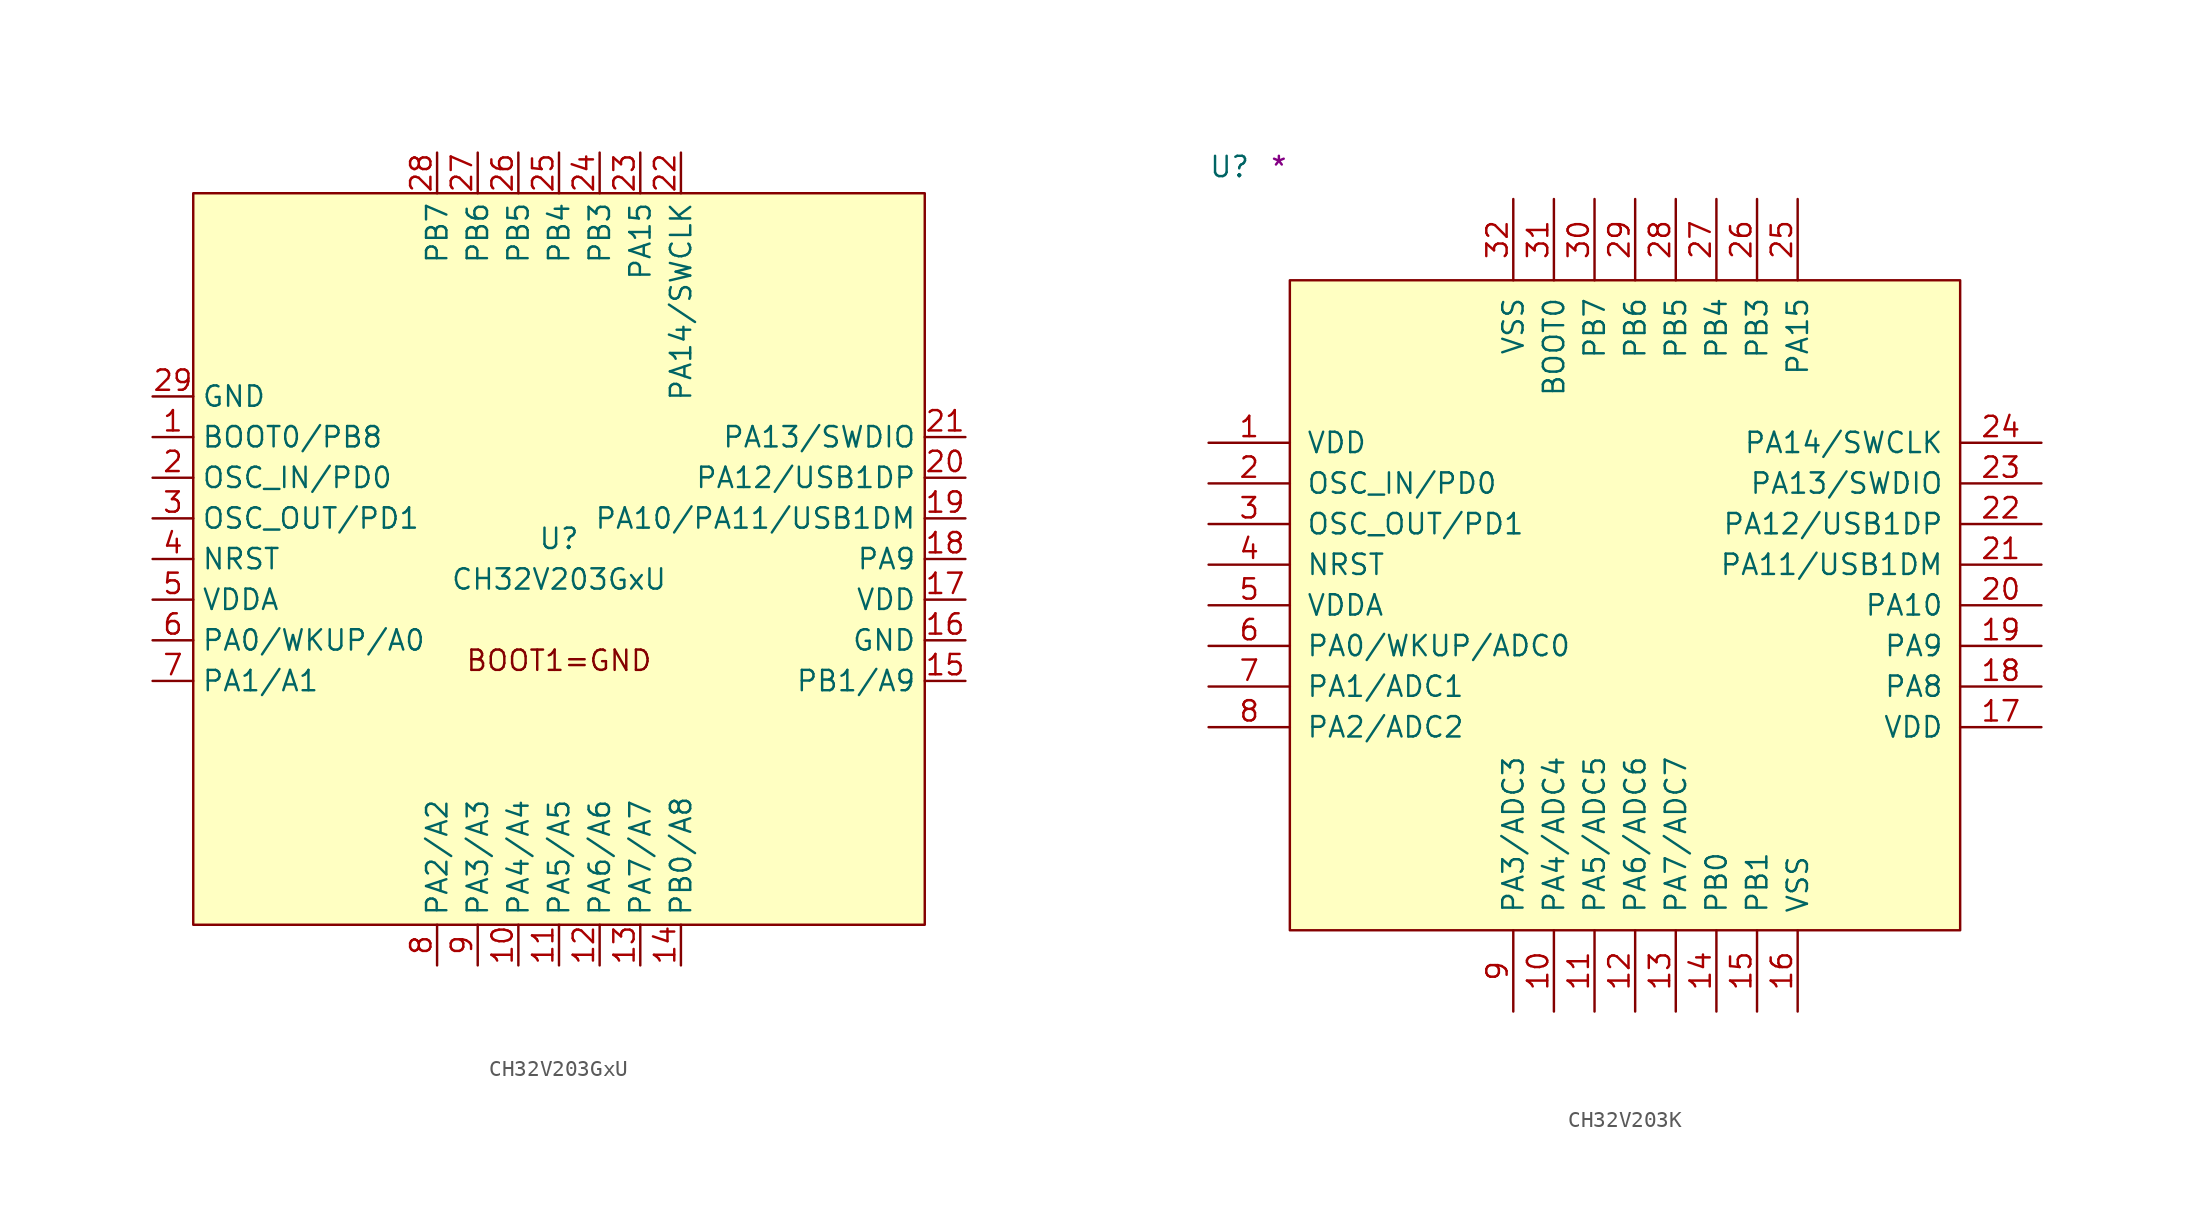
<source format=kicad_sym>
(kicad_symbol_lib
  (version 20211014)
  (generator kicad_symbol_editor)
  (symbol "CH32V203GxU"
    (property "Reference" "U"
      (at 0 1.27 0)
      (effects (font (size 1.27 1.27))))
    (property "Value" "CH32V203GxU"
      (at 0 -1.27 0)
      (effects (font (size 1.27 1.27))))
    (symbol "CH32V203GxU_0_0"
      (text "BOOT1=GND" (at 0 -6.35 0) (effects (font (size 1.27 1.27)))))
    (symbol "CH32V203GxU_0_1"
      (rectangle (start -22.86 22.86) (end 22.86 -22.86) (stroke (width 0) (type default) (color 0 0 0 0)) (fill (type background))))
    (symbol "CH32V203GxU_1_1"
      (pin bidirectional line (at -25.4 7.62 0) (length 2.54) (name "BOOT0/PB8" (effects (font (size 1.27 1.27)))) (number "1" (effects (font (size 1.27 1.27)))))
      (pin bidirectional line (at -2.54 -25.4 90) (length 2.54) (name "PA4/A4" (effects (font (size 1.27 1.27)))) (number "10" (effects (font (size 1.27 1.27)))))
      (pin bidirectional line (at 0 -25.4 90) (length 2.54) (name "PA5/A5" (effects (font (size 1.27 1.27)))) (number "11" (effects (font (size 1.27 1.27)))))
      (pin bidirectional line (at 2.54 -25.4 90) (length 2.54) (name "PA6/A6" (effects (font (size 1.27 1.27)))) (number "12" (effects (font (size 1.27 1.27)))))
      (pin bidirectional line (at 5.08 -25.4 90) (length 2.54) (name "PA7/A7" (effects (font (size 1.27 1.27)))) (number "13" (effects (font (size 1.27 1.27)))))
      (pin bidirectional line (at 7.62 -25.4 90) (length 2.54) (name "PB0/A8" (effects (font (size 1.27 1.27)))) (number "14" (effects (font (size 1.27 1.27)))))
      (pin bidirectional line (at 25.4 -7.62 180) (length 2.54) (name "PB1/A9" (effects (font (size 1.27 1.27)))) (number "15" (effects (font (size 1.27 1.27)))))
      (pin power_in line (at 25.4 -5.08 180) (length 2.54) (name "GND" (effects (font (size 1.27 1.27)))) (number "16" (effects (font (size 1.27 1.27)))))
      (pin power_in line (at 25.4 -2.54 180) (length 2.54) (name "VDD" (effects (font (size 1.27 1.27)))) (number "17" (effects (font (size 1.27 1.27)))))
      (pin bidirectional line (at 25.4 0 180) (length 2.54) (name "PA9" (effects (font (size 1.27 1.27)))) (number "18" (effects (font (size 1.27 1.27)))))
      (pin bidirectional line (at 25.4 2.54 180) (length 2.54) (name "PA10/PA11/USB1DM" (effects (font (size 1.27 1.27)))) (number "19" (effects (font (size 1.27 1.27)))))
      (pin bidirectional line (at -25.4 5.08 0) (length 2.54) (name "OSC_IN/PD0" (effects (font (size 1.27 1.27)))) (number "2" (effects (font (size 1.27 1.27)))))
      (pin bidirectional line (at 25.4 5.08 180) (length 2.54) (name "PA12/USB1DP" (effects (font (size 1.27 1.27)))) (number "20" (effects (font (size 1.27 1.27)))))
      (pin bidirectional line (at 25.4 7.62 180) (length 2.54) (name "PA13/SWDIO" (effects (font (size 1.27 1.27)))) (number "21" (effects (font (size 1.27 1.27)))))
      (pin bidirectional line (at 7.62 25.4 270) (length 2.54) (name "PA14/SWCLK" (effects (font (size 1.27 1.27)))) (number "22" (effects (font (size 1.27 1.27)))))
      (pin bidirectional line (at 5.08 25.4 270) (length 2.54) (name "PA15" (effects (font (size 1.27 1.27)))) (number "23" (effects (font (size 1.27 1.27)))))
      (pin bidirectional line (at 2.54 25.4 270) (length 2.54) (name "PB3" (effects (font (size 1.27 1.27)))) (number "24" (effects (font (size 1.27 1.27)))))
      (pin bidirectional line (at 0 25.4 270) (length 2.54) (name "PB4" (effects (font (size 1.27 1.27)))) (number "25" (effects (font (size 1.27 1.27)))))
      (pin bidirectional line (at -2.54 25.4 270) (length 2.54) (name "PB5" (effects (font (size 1.27 1.27)))) (number "26" (effects (font (size 1.27 1.27)))))
      (pin bidirectional line (at -5.08 25.4 270) (length 2.54) (name "PB6" (effects (font (size 1.27 1.27)))) (number "27" (effects (font (size 1.27 1.27)))))
      (pin bidirectional line (at -7.62 25.4 270) (length 2.54) (name "PB7" (effects (font (size 1.27 1.27)))) (number "28" (effects (font (size 1.27 1.27)))))
      (pin power_in line (at -25.4 10.16 0) (length 2.54) (name "GND" (effects (font (size 1.27 1.27)))) (number "29" (effects (font (size 1.27 1.27)))))
      (pin bidirectional line (at -25.4 2.54 0) (length 2.54) (name "OSC_OUT/PD1" (effects (font (size 1.27 1.27)))) (number "3" (effects (font (size 1.27 1.27)))))
      (pin bidirectional line (at -25.4 0 0) (length 2.54) (name "NRST" (effects (font (size 1.27 1.27)))) (number "4" (effects (font (size 1.27 1.27)))))
      (pin power_in line (at -25.4 -2.54 0) (length 2.54) (name "VDDA" (effects (font (size 1.27 1.27)))) (number "5" (effects (font (size 1.27 1.27)))))
      (pin bidirectional line (at -25.4 -5.08 0) (length 2.54) (name "PA0/WKUP/A0" (effects (font (size 1.27 1.27)))) (number "6" (effects (font (size 1.27 1.27)))))
      (pin bidirectional line (at -25.4 -7.62 0) (length 2.54) (name "PA1/A1" (effects (font (size 1.27 1.27)))) (number "7" (effects (font (size 1.27 1.27)))))
      (pin bidirectional line (at -7.62 -25.4 90) (length 2.54) (name "PA2/A2" (effects (font (size 1.27 1.27)))) (number "8" (effects (font (size 1.27 1.27)))))
      (pin bidirectional line (at -5.08 -25.4 90) (length 2.54) (name "PA3/A3" (effects (font (size 1.27 1.27)))) (number "9" (effects (font (size 1.27 1.27)))))))
  (symbol "CH32V203K"
    (pin_names
      (offset 1.016))
    (property "Reference" "U"
      (at -5.08 6.35 0)
      (effects (font (size 1.27 1.27)) (justify left bottom)))
    (property "Comment" "*"
      (at -1.27 6.35 0)
      (effects (font (size 1.27 1.27)) (justify left bottom)))
    (symbol "CH32V203K_1_1"
      (rectangle (start 0 -40.64) (end 41.91 0) (stroke (width 0) (type default) (color 0 0 0 0)) (fill (type background)))
      (pin power_in line (at -5.08 -10.16 0) (length 5.08) (name "VDD" (effects (font (size 1.27 1.27)))) (number "1" (effects (font (size 1.27 1.27)))))
      (pin bidirectional line (at 16.51 -45.72 90) (length 5.08) (name "PA4/ADC4" (effects (font (size 1.27 1.27)))) (number "10" (effects (font (size 1.27 1.27)))))
      (pin bidirectional line (at 19.05 -45.72 90) (length 5.08) (name "PA5/ADC5" (effects (font (size 1.27 1.27)))) (number "11" (effects (font (size 1.27 1.27)))))
      (pin bidirectional line (at 21.59 -45.72 90) (length 5.08) (name "PA6/ADC6" (effects (font (size 1.27 1.27)))) (number "12" (effects (font (size 1.27 1.27)))))
      (pin bidirectional line (at 24.13 -45.72 90) (length 5.08) (name "PA7/ADC7" (effects (font (size 1.27 1.27)))) (number "13" (effects (font (size 1.27 1.27)))))
      (pin power_in line (at 26.67 -45.72 90) (length 5.08) (name "PB0" (effects (font (size 1.27 1.27)))) (number "14" (effects (font (size 1.27 1.27)))))
      (pin bidirectional line (at 29.21 -45.72 90) (length 5.08) (name "PB1" (effects (font (size 1.27 1.27)))) (number "15" (effects (font (size 1.27 1.27)))))
      (pin power_in line (at 31.75 -45.72 90) (length 5.08) (name "VSS" (effects (font (size 1.27 1.27)))) (number "16" (effects (font (size 1.27 1.27)))))
      (pin power_in line (at 46.99 -27.94 180) (length 5.08) (name "VDD" (effects (font (size 1.27 1.27)))) (number "17" (effects (font (size 1.27 1.27)))))
      (pin bidirectional line (at 46.99 -25.4 180) (length 5.08) (name "PA8" (effects (font (size 1.27 1.27)))) (number "18" (effects (font (size 1.27 1.27)))))
      (pin bidirectional line (at 46.99 -22.86 180) (length 5.08) (name "PA9" (effects (font (size 1.27 1.27)))) (number "19" (effects (font (size 1.27 1.27)))))
      (pin input line (at -5.08 -12.7 0) (length 5.08) (name "OSC_IN/PD0" (effects (font (size 1.27 1.27)))) (number "2" (effects (font (size 1.27 1.27)))))
      (pin bidirectional line (at 46.99 -20.32 180) (length 5.08) (name "PA10" (effects (font (size 1.27 1.27)))) (number "20" (effects (font (size 1.27 1.27)))))
      (pin bidirectional line (at 46.99 -17.78 180) (length 5.08) (name "PA11/USB1DM" (effects (font (size 1.27 1.27)))) (number "21" (effects (font (size 1.27 1.27)))))
      (pin bidirectional line (at 46.99 -15.24 180) (length 5.08) (name "PA12/USB1DP" (effects (font (size 1.27 1.27)))) (number "22" (effects (font (size 1.27 1.27)))))
      (pin bidirectional line (at 46.99 -12.7 180) (length 5.08) (name "PA13/SWDIO" (effects (font (size 1.27 1.27)))) (number "23" (effects (font (size 1.27 1.27)))))
      (pin power_in line (at 46.99 -10.16 180) (length 5.08) (name "PA14/SWCLK" (effects (font (size 1.27 1.27)))) (number "24" (effects (font (size 1.27 1.27)))))
      (pin bidirectional line (at 31.75 5.08 270) (length 5.08) (name "PA15" (effects (font (size 1.27 1.27)))) (number "25" (effects (font (size 1.27 1.27)))))
      (pin bidirectional line (at 29.21 5.08 270) (length 5.08) (name "PB3" (effects (font (size 1.27 1.27)))) (number "26" (effects (font (size 1.27 1.27)))))
      (pin bidirectional line (at 26.67 5.08 270) (length 5.08) (name "PB4" (effects (font (size 1.27 1.27)))) (number "27" (effects (font (size 1.27 1.27)))))
      (pin bidirectional line (at 24.13 5.08 270) (length 5.08) (name "PB5" (effects (font (size 1.27 1.27)))) (number "28" (effects (font (size 1.27 1.27)))))
      (pin bidirectional line (at 21.59 5.08 270) (length 5.08) (name "PB6" (effects (font (size 1.27 1.27)))) (number "29" (effects (font (size 1.27 1.27)))))
      (pin output line (at -5.08 -15.24 0) (length 5.08) (name "OSC_OUT/PD1" (effects (font (size 1.27 1.27)))) (number "3" (effects (font (size 1.27 1.27)))))
      (pin bidirectional line (at 19.05 5.08 270) (length 5.08) (name "PB7" (effects (font (size 1.27 1.27)))) (number "30" (effects (font (size 1.27 1.27)))))
      (pin input line (at 16.51 5.08 270) (length 5.08) (name "BOOT0" (effects (font (size 1.27 1.27)))) (number "31" (effects (font (size 1.27 1.27)))))
      (pin power_in line (at 13.97 5.08 270) (length 5.08) (name "VSS" (effects (font (size 1.27 1.27)))) (number "32" (effects (font (size 1.27 1.27)))))
      (pin input line (at -5.08 -17.78 0) (length 5.08) (name "NRST" (effects (font (size 1.27 1.27)))) (number "4" (effects (font (size 1.27 1.27)))))
      (pin power_in line (at -5.08 -20.32 0) (length 5.08) (name "VDDA" (effects (font (size 1.27 1.27)))) (number "5" (effects (font (size 1.27 1.27)))))
      (pin bidirectional line (at -5.08 -22.86 0) (length 5.08) (name "PA0/WKUP/ADC0" (effects (font (size 1.27 1.27)))) (number "6" (effects (font (size 1.27 1.27)))))
      (pin bidirectional line (at -5.08 -25.4 0) (length 5.08) (name "PA1/ADC1" (effects (font (size 1.27 1.27)))) (number "7" (effects (font (size 1.27 1.27)))))
      (pin bidirectional line (at -5.08 -27.94 0) (length 5.08) (name "PA2/ADC2" (effects (font (size 1.27 1.27)))) (number "8" (effects (font (size 1.27 1.27)))))
      (pin bidirectional line (at 13.97 -45.72 90) (length 5.08) (name "PA3/ADC3" (effects (font (size 1.27 1.27)))) (number "9" (effects (font (size 1.27 1.27))))))))
</source>
